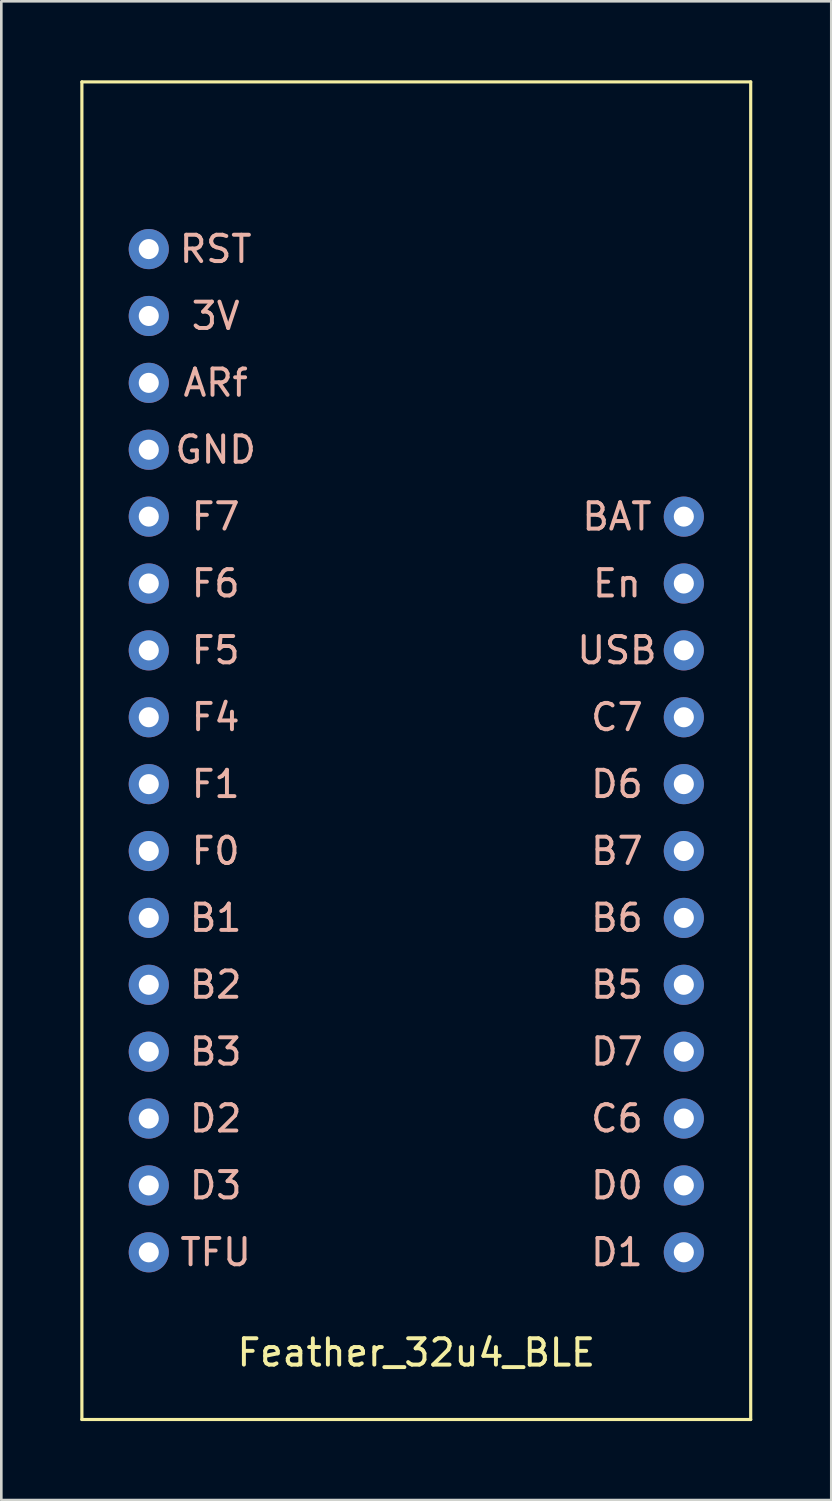
<source format=kicad_pcb>
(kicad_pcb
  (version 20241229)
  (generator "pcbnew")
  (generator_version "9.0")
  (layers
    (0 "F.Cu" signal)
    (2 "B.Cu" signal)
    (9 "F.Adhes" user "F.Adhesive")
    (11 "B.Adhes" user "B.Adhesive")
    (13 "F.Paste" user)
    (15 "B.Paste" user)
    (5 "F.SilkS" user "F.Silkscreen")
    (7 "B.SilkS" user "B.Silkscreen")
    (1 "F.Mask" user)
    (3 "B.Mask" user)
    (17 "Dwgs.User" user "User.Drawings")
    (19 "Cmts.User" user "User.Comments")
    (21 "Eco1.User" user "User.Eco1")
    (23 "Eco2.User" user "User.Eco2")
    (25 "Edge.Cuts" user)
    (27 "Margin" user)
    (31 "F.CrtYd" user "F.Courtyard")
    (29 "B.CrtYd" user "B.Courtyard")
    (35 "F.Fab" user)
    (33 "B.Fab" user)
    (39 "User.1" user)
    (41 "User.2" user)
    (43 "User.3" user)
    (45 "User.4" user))
  (footprint "Feather_32u4_BLE"
    (layer "F.Cu")
    (at 12.76 11.49)
    (property "Reference" "Feather_32u4_BLE" (at 0 36.83 0) (layer "F.SilkS") (effects (font (size 1 1) (thickness 0.15))))
    (attr through_hole)
    (fp_line (start -12.7 -11.43) (end -12.7 39.37) (stroke (width 0.12) (type solid)) (layer "F.SilkS"))
    (fp_line (start -12.7 39.37) (end 12.7 39.37) (stroke (width 0.12) (type solid)) (layer "F.SilkS"))
    (fp_line (start 12.7 -11.43) (end -12.7 -11.43) (stroke (width 0.12) (type solid)) (layer "F.SilkS"))
    (fp_line (start 12.7 39.37) (end 12.7 -11.43) (stroke (width 0.12) (type solid)) (layer "F.SilkS"))
    (fp_text user "B5" (at 7.62 22.86 0) (layer "B.SilkS") (effects (font (size 1 1) (thickness 0.15))))
    (fp_text user "BAT" (at 7.62 5.08 0) (layer "B.SilkS") (effects (font (size 1 1) (thickness 0.15))))
    (fp_text user "C6" (at 7.62 27.94 0) (layer "B.SilkS") (effects (font (size 1 1) (thickness 0.15))))
    (fp_text user "F6" (at -7.62 7.62 180) (layer "B.SilkS") (effects (font (size 1 1) (thickness 0.15))))
    (fp_text user "B1" (at -7.62 20.32 0) (layer "B.SilkS") (effects (font (size 1 1) (thickness 0.15))))
    (fp_text user "C7" (at 7.62 12.7 0) (layer "B.SilkS") (effects (font (size 1 1) (thickness 0.15))))
    (fp_text user "3V" (at -7.62 -2.54 0) (layer "B.SilkS") (effects (font (size 1 1) (thickness 0.15))))
    (fp_text user "D3" (at -7.62 30.48 180) (layer "B.SilkS") (effects (font (size 1 1) (thickness 0.15))))
    (fp_text user "RST" (at -7.62 -5.08 0) (layer "B.SilkS") (effects (font (size 1 1) (thickness 0.15))))
    (fp_text user "USB" (at 7.62 10.16 0) (layer "B.SilkS") (effects (font (size 1 1) (thickness 0.15))))
    (fp_text user "D2" (at -7.62 27.94 180) (layer "B.SilkS") (effects (font (size 1 1) (thickness 0.15))))
    (fp_text user "B7" (at 7.62 17.78 0) (layer "B.SilkS") (effects (font (size 1 1) (thickness 0.15))))
    (fp_text user "D1" (at 7.62 33.02 0) (layer "B.SilkS") (effects (font (size 1 1) (thickness 0.15))))
    (fp_text user "B2" (at -7.62 22.86 0) (layer "B.SilkS") (effects (font (size 1 1) (thickness 0.15))))
    (fp_text user "F4" (at -7.62 12.7 180) (layer "B.SilkS") (effects (font (size 1 1) (thickness 0.15))))
    (fp_text user "En" (at 7.62 7.62 0) (layer "B.SilkS") (effects (font (size 1 1) (thickness 0.15))))
    (fp_text user "B6" (at 7.62 20.32 0) (layer "B.SilkS") (effects (font (size 1 1) (thickness 0.15))))
    (fp_text user "D6" (at 7.62 15.24 0) (layer "B.SilkS") (effects (font (size 1 1) (thickness 0.15))))
    (fp_text user "F0" (at -7.62 17.78 0) (layer "B.SilkS") (effects (font (size 1 1) (thickness 0.15))))
    (fp_text user "TFU" (at -7.62 33.02 0) (layer "B.SilkS") (effects (font (size 1 1) (thickness 0.15))))
    (fp_text user "D0" (at 7.62 30.48 0) (layer "B.SilkS") (effects (font (size 1 1) (thickness 0.15))))
    (fp_text user "GND" (at -7.62 2.54 0) (layer "B.SilkS") (effects (font (size 1 1) (thickness 0.15))))
    (fp_text user "D7" (at 7.62 25.4 0) (layer "B.SilkS") (effects (font (size 1 1) (thickness 0.15))))
    (fp_text user "F7" (at -7.62 5.08 0) (layer "B.SilkS") (effects (font (size 1 1) (thickness 0.15))))
    (fp_text user "B3" (at -7.62 25.4 0) (layer "B.SilkS") (effects (font (size 1 1) (thickness 0.15))))
    (fp_text user "F5" (at -7.62 10.16 0) (layer "B.SilkS") (effects (font (size 1 1) (thickness 0.15))))
    (fp_text user "F1" (at -7.62 15.24 0) (layer "B.SilkS") (effects (font (size 1 1) (thickness 0.15))))
    (fp_text user "ARf" (at -7.62 0 0) (layer "B.SilkS") (effects (font (size 1 1) (thickness 0.15))))
    (pad "0" thru_hole circle (at -10.16 -5.08 90) (size 1.524 1.524) (drill 0.762) (layers "*.Cu" "*.Mask"))
    (pad "1" thru_hole circle (at -10.16 -2.54) (size 1.524 1.524) (drill 0.762) (layers "*.Cu" "*.Mask"))
    (pad "2" thru_hole circle (at -10.16 0) (size 1.524 1.524) (drill 0.762) (layers "*.Cu" "*.Mask"))
    (pad "3" thru_hole circle (at -10.16 2.54) (size 1.524 1.524) (drill 0.762) (layers "*.Cu" "*.Mask"))
    (pad "4" thru_hole circle (at -10.16 5.08) (size 1.524 1.524) (drill 0.762) (layers "*.Cu" "*.Mask"))
    (pad "5" thru_hole circle (at -10.16 7.62) (size 1.524 1.524) (drill 0.762) (layers "*.Cu" "*.Mask"))
    (pad "6" thru_hole circle (at -10.16 10.16) (size 1.524 1.524) (drill 0.762) (layers "*.Cu" "*.Mask"))
    (pad "7" thru_hole circle (at -10.16 12.7) (size 1.524 1.524) (drill 0.762) (layers "*.Cu" "*.Mask"))
    (pad "8" thru_hole circle (at -10.16 15.24) (size 1.524 1.524) (drill 0.762) (layers "*.Cu" "*.Mask"))
    (pad "9" thru_hole circle (at -10.16 17.78) (size 1.524 1.524) (drill 0.762) (layers "*.Cu" "*.Mask"))
    (pad "10" thru_hole circle (at -10.16 20.32) (size 1.524 1.524) (drill 0.762) (layers "*.Cu" "*.Mask"))
    (pad "11" thru_hole circle (at -10.16 22.86) (size 1.524 1.524) (drill 0.762) (layers "*.Cu" "*.Mask"))
    (pad "12" thru_hole circle (at -10.16 25.4) (size 1.524 1.524) (drill 0.762) (layers "*.Cu" "*.Mask"))
    (pad "13" thru_hole circle (at -10.16 27.94) (size 1.524 1.524) (drill 0.762) (layers "*.Cu" "*.Mask"))
    (pad "14" thru_hole circle (at -10.16 30.48) (size 1.524 1.524) (drill 0.762) (layers "*.Cu" "*.Mask"))
    (pad "15" thru_hole circle (at -10.16 33.02) (size 1.524 1.524) (drill 0.762) (layers "*.Cu" "*.Mask"))
    (pad "16" thru_hole circle (at 10.16 5.08) (size 1.524 1.524) (drill 0.762) (layers "*.Cu" "*.Mask"))
    (pad "17" thru_hole circle (at 10.16 7.62) (size 1.524 1.524) (drill 0.762) (layers "*.Cu" "*.Mask"))
    (pad "18" thru_hole circle (at 10.16 10.16) (size 1.524 1.524) (drill 0.762) (layers "*.Cu" "*.Mask"))
    (pad "19" thru_hole circle (at 10.16 12.7) (size 1.524 1.524) (drill 0.762) (layers "*.Cu" "*.Mask"))
    (pad "20" thru_hole circle (at 10.16 15.24) (size 1.524 1.524) (drill 0.762) (layers "*.Cu" "*.Mask"))
    (pad "21" thru_hole circle (at 10.16 17.78) (size 1.524 1.524) (drill 0.762) (layers "*.Cu" "*.Mask"))
    (pad "22" thru_hole circle (at 10.16 20.32) (size 1.524 1.524) (drill 0.762) (layers "*.Cu" "*.Mask"))
    (pad "23" thru_hole circle (at 10.16 22.86) (size 1.524 1.524) (drill 0.762) (layers "*.Cu" "*.Mask"))
    (pad "24" thru_hole circle (at 10.16 25.4) (size 1.524 1.524) (drill 0.762) (layers "*.Cu" "*.Mask"))
    (pad "25" thru_hole circle (at 10.16 27.94) (size 1.524 1.524) (drill 0.762) (layers "*.Cu" "*.Mask"))
    (pad "26" thru_hole circle (at 10.16 30.48) (size 1.524 1.524) (drill 0.762) (layers "*.Cu" "*.Mask"))
    (pad "27" thru_hole circle (at 10.16 33.02) (size 1.524 1.524) (drill 0.762) (layers "*.Cu" "*.Mask")))
  (gr_rect
    (start -3 -3)
    (end 28.52 53.92)
    (stroke (width 0.1) (type default))
    (fill no)
    (layer "Edge.Cuts")))
</source>
